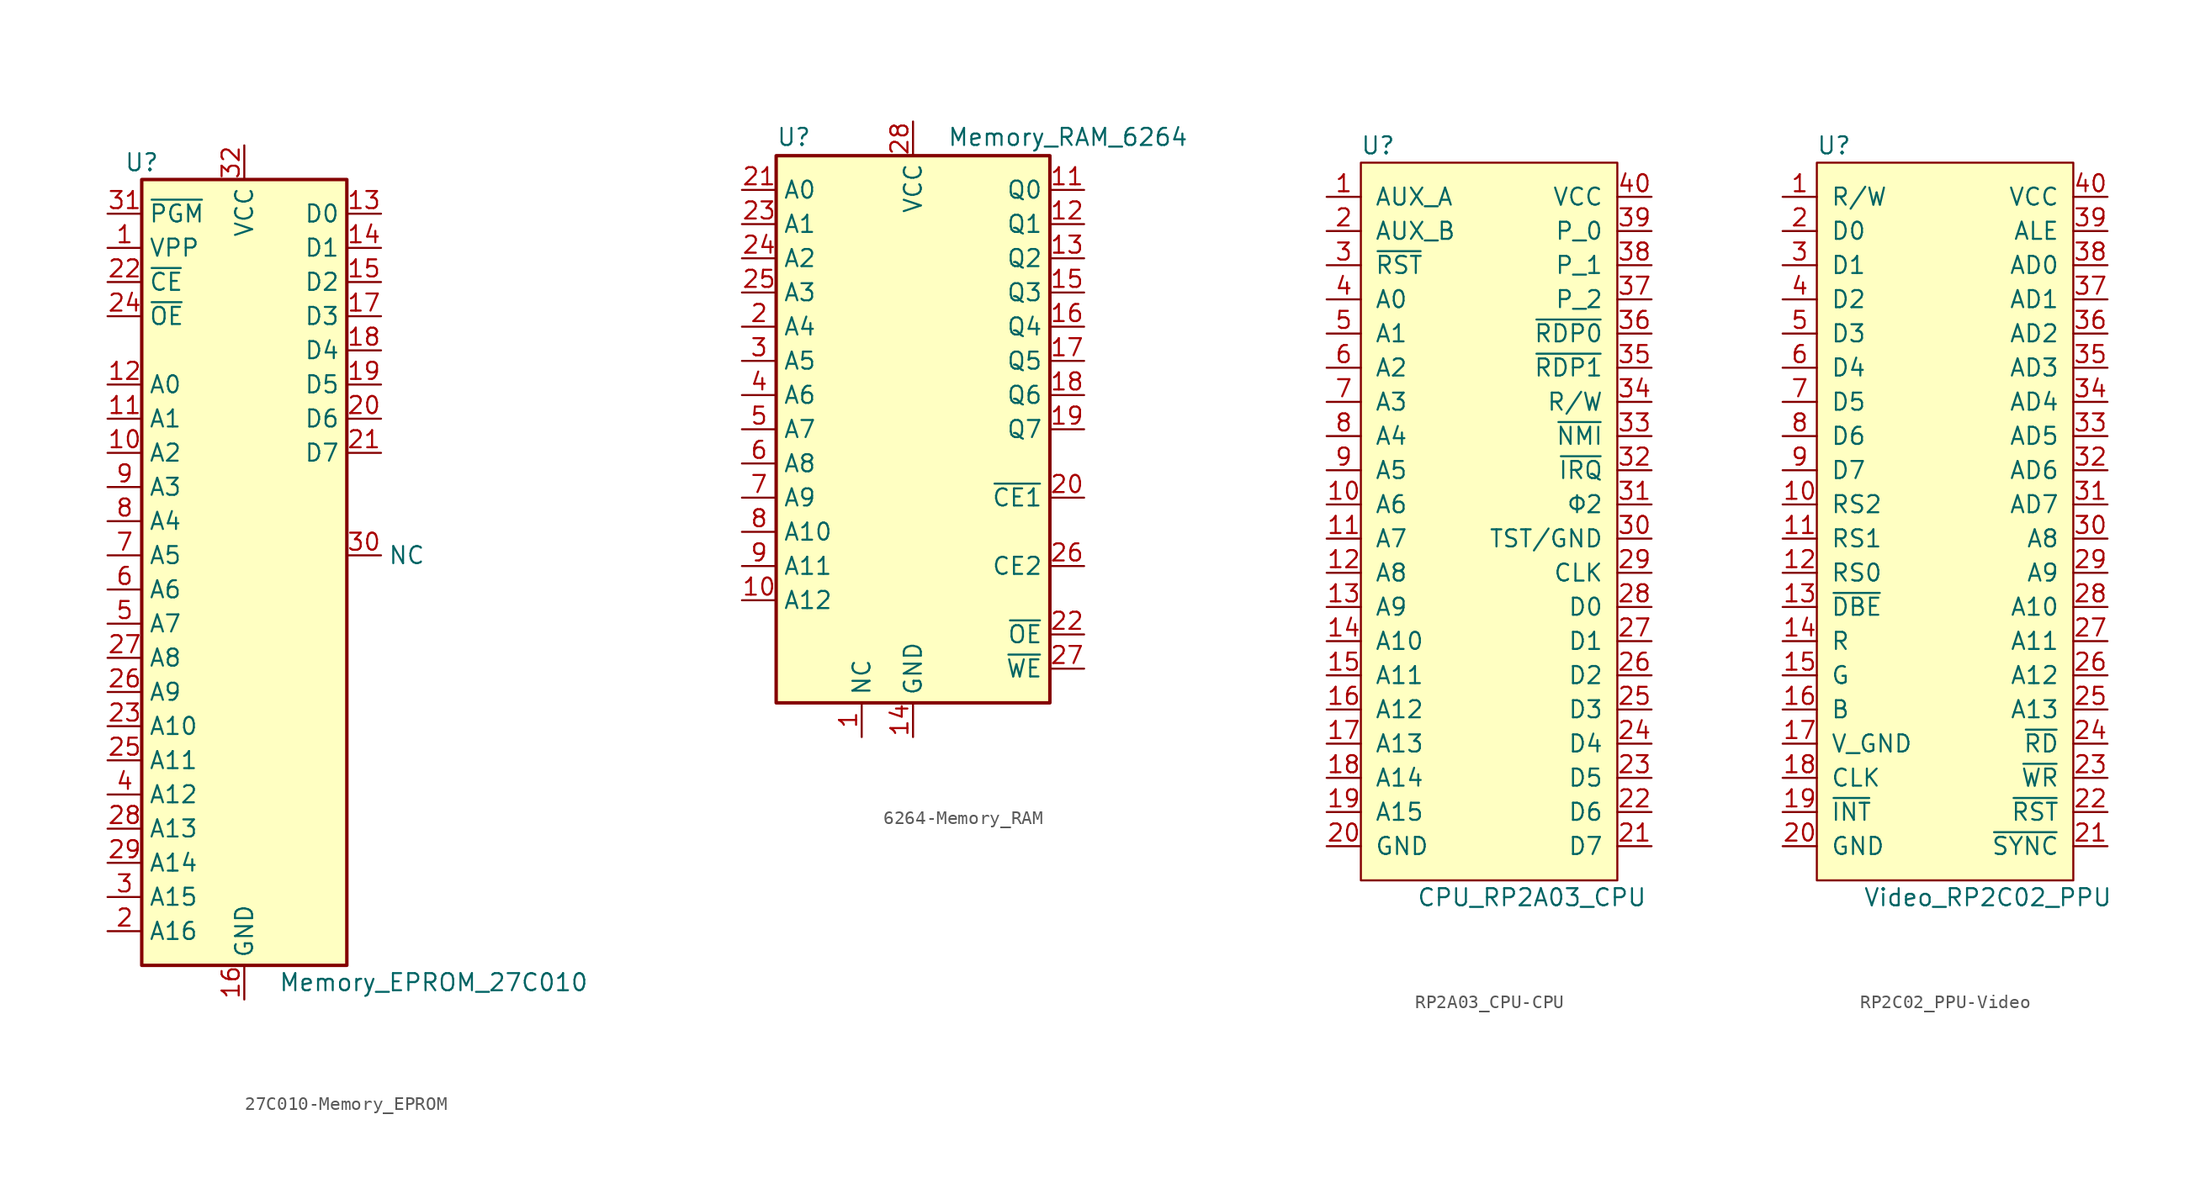
<source format=kicad_sym>
(kicad_symbol_lib
  (version 20231120)
  (generator "kicad_symbol_editor")
  (generator_version "8.0")
  (symbol "27C010-Memory_EPROM"
    (property "Reference" "U"
      (at -7.62 29.21 0)
      (effects (font (size 1.27 1.27))))
    (property "Value" "Memory_EPROM_27C010"
      (at 2.54 -31.75 0)
      (effects (font (size 1.27 1.27)) (justify left)))
    (symbol "27C010-Memory_EPROM_0_0"
      (pin input line (at 7.62 0 0) (length 2.54) (name "NC" (effects (font (size 1.27 1.27)))) (number "30" (effects (font (size 1.27 1.27))))))
    (symbol "27C010-Memory_EPROM_1_1"
      (rectangle (start -7.62 27.94) (end 7.62 -30.48) (stroke (width 0.254) (type solid)) (fill (type background)))
      (pin input line (at -10.16 22.86 0) (length 2.54) (name "VPP" (effects (font (size 1.27 1.27)))) (number "1" (effects (font (size 1.27 1.27)))))
      (pin input line (at -10.16 7.62 0) (length 2.54) (name "A2" (effects (font (size 1.27 1.27)))) (number "10" (effects (font (size 1.27 1.27)))))
      (pin input line (at -10.16 10.16 0) (length 2.54) (name "A1" (effects (font (size 1.27 1.27)))) (number "11" (effects (font (size 1.27 1.27)))))
      (pin input line (at -10.16 12.7 0) (length 2.54) (name "A0" (effects (font (size 1.27 1.27)))) (number "12" (effects (font (size 1.27 1.27)))))
      (pin tri_state line (at 10.16 25.4 180) (length 2.54) (name "D0" (effects (font (size 1.27 1.27)))) (number "13" (effects (font (size 1.27 1.27)))))
      (pin tri_state line (at 10.16 22.86 180) (length 2.54) (name "D1" (effects (font (size 1.27 1.27)))) (number "14" (effects (font (size 1.27 1.27)))))
      (pin tri_state line (at 10.16 20.32 180) (length 2.54) (name "D2" (effects (font (size 1.27 1.27)))) (number "15" (effects (font (size 1.27 1.27)))))
      (pin power_in line (at 0 -33.02 90) (length 2.54) (name "GND" (effects (font (size 1.27 1.27)))) (number "16" (effects (font (size 1.27 1.27)))))
      (pin tri_state line (at 10.16 17.78 180) (length 2.54) (name "D3" (effects (font (size 1.27 1.27)))) (number "17" (effects (font (size 1.27 1.27)))))
      (pin tri_state line (at 10.16 15.24 180) (length 2.54) (name "D4" (effects (font (size 1.27 1.27)))) (number "18" (effects (font (size 1.27 1.27)))))
      (pin tri_state line (at 10.16 12.7 180) (length 2.54) (name "D5" (effects (font (size 1.27 1.27)))) (number "19" (effects (font (size 1.27 1.27)))))
      (pin input line (at -10.16 -27.94 0) (length 2.54) (name "A16" (effects (font (size 1.27 1.27)))) (number "2" (effects (font (size 1.27 1.27)))))
      (pin tri_state line (at 10.16 10.16 180) (length 2.54) (name "D6" (effects (font (size 1.27 1.27)))) (number "20" (effects (font (size 1.27 1.27)))))
      (pin tri_state line (at 10.16 7.62 180) (length 2.54) (name "D7" (effects (font (size 1.27 1.27)))) (number "21" (effects (font (size 1.27 1.27)))))
      (pin input line (at -10.16 20.32 0) (length 2.54) (name "~{CE}" (effects (font (size 1.27 1.27)))) (number "22" (effects (font (size 1.27 1.27)))))
      (pin input line (at -10.16 -12.7 0) (length 2.54) (name "A10" (effects (font (size 1.27 1.27)))) (number "23" (effects (font (size 1.27 1.27)))))
      (pin input line (at -10.16 17.78 0) (length 2.54) (name "~{OE}" (effects (font (size 1.27 1.27)))) (number "24" (effects (font (size 1.27 1.27)))))
      (pin input line (at -10.16 -15.24 0) (length 2.54) (name "A11" (effects (font (size 1.27 1.27)))) (number "25" (effects (font (size 1.27 1.27)))))
      (pin input line (at -10.16 -10.16 0) (length 2.54) (name "A9" (effects (font (size 1.27 1.27)))) (number "26" (effects (font (size 1.27 1.27)))))
      (pin input line (at -10.16 -7.62 0) (length 2.54) (name "A8" (effects (font (size 1.27 1.27)))) (number "27" (effects (font (size 1.27 1.27)))))
      (pin input line (at -10.16 -20.32 0) (length 2.54) (name "A13" (effects (font (size 1.27 1.27)))) (number "28" (effects (font (size 1.27 1.27)))))
      (pin input line (at -10.16 -22.86 0) (length 2.54) (name "A14" (effects (font (size 1.27 1.27)))) (number "29" (effects (font (size 1.27 1.27)))))
      (pin input line (at -10.16 -25.4 0) (length 2.54) (name "A15" (effects (font (size 1.27 1.27)))) (number "3" (effects (font (size 1.27 1.27)))))
      (pin input line (at -10.16 25.4 0) (length 2.54) (name "~{PGM}" (effects (font (size 1.27 1.27)))) (number "31" (effects (font (size 1.27 1.27)))))
      (pin power_in line (at 0 30.48 270) (length 2.54) (name "VCC" (effects (font (size 1.27 1.27)))) (number "32" (effects (font (size 1.27 1.27)))))
      (pin input line (at -10.16 -17.78 0) (length 2.54) (name "A12" (effects (font (size 1.27 1.27)))) (number "4" (effects (font (size 1.27 1.27)))))
      (pin input line (at -10.16 -5.08 0) (length 2.54) (name "A7" (effects (font (size 1.27 1.27)))) (number "5" (effects (font (size 1.27 1.27)))))
      (pin input line (at -10.16 -2.54 0) (length 2.54) (name "A6" (effects (font (size 1.27 1.27)))) (number "6" (effects (font (size 1.27 1.27)))))
      (pin input line (at -10.16 0 0) (length 2.54) (name "A5" (effects (font (size 1.27 1.27)))) (number "7" (effects (font (size 1.27 1.27)))))
      (pin input line (at -10.16 2.54 0) (length 2.54) (name "A4" (effects (font (size 1.27 1.27)))) (number "8" (effects (font (size 1.27 1.27)))))
      (pin input line (at -10.16 5.08 0) (length 2.54) (name "A3" (effects (font (size 1.27 1.27)))) (number "9" (effects (font (size 1.27 1.27)))))))
  (symbol "6264-Memory_RAM"
    (property "Reference" "U"
      (at -10.16 20.955 0)
      (effects (font (size 1.27 1.27)) (justify left bottom)))
    (property "Value" "Memory_RAM_6264"
      (at 2.54 20.955 0)
      (effects (font (size 1.27 1.27)) (justify left bottom)))
    (symbol "6264-Memory_RAM_0_0"
      (pin power_in line (at 0 -22.86 90) (length 2.54) (name "GND" (effects (font (size 1.27 1.27)))) (number "14" (effects (font (size 1.27 1.27)))))
      (pin power_in line (at 0 22.86 270) (length 2.54) (name "VCC" (effects (font (size 1.27 1.27)))) (number "28" (effects (font (size 1.27 1.27))))))
    (symbol "6264-Memory_RAM_0_1"
      (rectangle (start -10.16 20.32) (end 10.16 -20.32) (stroke (width 0.254) (type solid)) (fill (type background))))
    (symbol "6264-Memory_RAM_1_1"
      (pin input line (at -3.81 -22.86 90) (length 2.54) (name "NC" (effects (font (size 1.27 1.27)))) (number "1" (effects (font (size 1.27 1.27)))))
      (pin input line (at -12.7 -12.7 0) (length 2.54) (name "A12" (effects (font (size 1.27 1.27)))) (number "10" (effects (font (size 1.27 1.27)))))
      (pin tri_state line (at 12.7 17.78 180) (length 2.54) (name "Q0" (effects (font (size 1.27 1.27)))) (number "11" (effects (font (size 1.27 1.27)))))
      (pin tri_state line (at 12.7 15.24 180) (length 2.54) (name "Q1" (effects (font (size 1.27 1.27)))) (number "12" (effects (font (size 1.27 1.27)))))
      (pin tri_state line (at 12.7 12.7 180) (length 2.54) (name "Q2" (effects (font (size 1.27 1.27)))) (number "13" (effects (font (size 1.27 1.27)))))
      (pin tri_state line (at 12.7 10.16 180) (length 2.54) (name "Q3" (effects (font (size 1.27 1.27)))) (number "15" (effects (font (size 1.27 1.27)))))
      (pin tri_state line (at 12.7 7.62 180) (length 2.54) (name "Q4" (effects (font (size 1.27 1.27)))) (number "16" (effects (font (size 1.27 1.27)))))
      (pin tri_state line (at 12.7 5.08 180) (length 2.54) (name "Q5" (effects (font (size 1.27 1.27)))) (number "17" (effects (font (size 1.27 1.27)))))
      (pin tri_state line (at 12.7 2.54 180) (length 2.54) (name "Q6" (effects (font (size 1.27 1.27)))) (number "18" (effects (font (size 1.27 1.27)))))
      (pin tri_state line (at 12.7 0 180) (length 2.54) (name "Q7" (effects (font (size 1.27 1.27)))) (number "19" (effects (font (size 1.27 1.27)))))
      (pin input line (at -12.7 7.62 0) (length 2.54) (name "A4" (effects (font (size 1.27 1.27)))) (number "2" (effects (font (size 1.27 1.27)))))
      (pin input line (at 12.7 -5.08 180) (length 2.54) (name "~{CE1}" (effects (font (size 1.27 1.27)))) (number "20" (effects (font (size 1.27 1.27)))))
      (pin input line (at -12.7 17.78 0) (length 2.54) (name "A0" (effects (font (size 1.27 1.27)))) (number "21" (effects (font (size 1.27 1.27)))))
      (pin input line (at 12.7 -15.24 180) (length 2.54) (name "~{OE}" (effects (font (size 1.27 1.27)))) (number "22" (effects (font (size 1.27 1.27)))))
      (pin input line (at -12.7 15.24 0) (length 2.54) (name "A1" (effects (font (size 1.27 1.27)))) (number "23" (effects (font (size 1.27 1.27)))))
      (pin input line (at -12.7 12.7 0) (length 2.54) (name "A2" (effects (font (size 1.27 1.27)))) (number "24" (effects (font (size 1.27 1.27)))))
      (pin input line (at -12.7 10.16 0) (length 2.54) (name "A3" (effects (font (size 1.27 1.27)))) (number "25" (effects (font (size 1.27 1.27)))))
      (pin input line (at 12.7 -10.16 180) (length 2.54) (name "CE2" (effects (font (size 1.27 1.27)))) (number "26" (effects (font (size 1.27 1.27)))))
      (pin input line (at 12.7 -17.78 180) (length 2.54) (name "~{WE}" (effects (font (size 1.27 1.27)))) (number "27" (effects (font (size 1.27 1.27)))))
      (pin input line (at -12.7 5.08 0) (length 2.54) (name "A5" (effects (font (size 1.27 1.27)))) (number "3" (effects (font (size 1.27 1.27)))))
      (pin input line (at -12.7 2.54 0) (length 2.54) (name "A6" (effects (font (size 1.27 1.27)))) (number "4" (effects (font (size 1.27 1.27)))))
      (pin input line (at -12.7 0 0) (length 2.54) (name "A7" (effects (font (size 1.27 1.27)))) (number "5" (effects (font (size 1.27 1.27)))))
      (pin input line (at -12.7 -2.54 0) (length 2.54) (name "A8" (effects (font (size 1.27 1.27)))) (number "6" (effects (font (size 1.27 1.27)))))
      (pin input line (at -12.7 -5.08 0) (length 2.54) (name "A9" (effects (font (size 1.27 1.27)))) (number "7" (effects (font (size 1.27 1.27)))))
      (pin input line (at -12.7 -7.62 0) (length 2.54) (name "A10" (effects (font (size 1.27 1.27)))) (number "8" (effects (font (size 1.27 1.27)))))
      (pin input line (at -12.7 -10.16 0) (length 2.54) (name "A11" (effects (font (size 1.27 1.27)))) (number "9" (effects (font (size 1.27 1.27)))))))
  (symbol "RP2A03_CPU-CPU"
    (pin_names
      (offset 1.016))
    (property "Reference" "U"
      (at -8.89 27.94 0)
      (effects (font (size 1.27 1.27))))
    (property "Value" "CPU_RP2A03_CPU"
      (at 2.54 -27.94 0)
      (effects (font (size 1.27 1.27))))
    (symbol "RP2A03_CPU-CPU_0_1"
      (rectangle (start -10.16 26.67) (end 8.89 -26.67) (stroke (width 0) (type solid)) (fill (type background))))
    (symbol "RP2A03_CPU-CPU_1_1"
      (pin output line (at -12.7 24.13 0) (length 2.54) (name "AUX_A" (effects (font (size 1.27 1.27)))) (number "1" (effects (font (size 1.27 1.27)))))
      (pin output line (at -12.7 1.27 0) (length 2.54) (name "A6" (effects (font (size 1.27 1.27)))) (number "10" (effects (font (size 1.27 1.27)))))
      (pin output line (at -12.7 -1.27 0) (length 2.54) (name "A7" (effects (font (size 1.27 1.27)))) (number "11" (effects (font (size 1.27 1.27)))))
      (pin output line (at -12.7 -3.81 0) (length 2.54) (name "A8" (effects (font (size 1.27 1.27)))) (number "12" (effects (font (size 1.27 1.27)))))
      (pin output line (at -12.7 -6.35 0) (length 2.54) (name "A9" (effects (font (size 1.27 1.27)))) (number "13" (effects (font (size 1.27 1.27)))))
      (pin output line (at -12.7 -8.89 0) (length 2.54) (name "A10" (effects (font (size 1.27 1.27)))) (number "14" (effects (font (size 1.27 1.27)))))
      (pin output line (at -12.7 -11.43 0) (length 2.54) (name "A11" (effects (font (size 1.27 1.27)))) (number "15" (effects (font (size 1.27 1.27)))))
      (pin output line (at -12.7 -13.97 0) (length 2.54) (name "A12" (effects (font (size 1.27 1.27)))) (number "16" (effects (font (size 1.27 1.27)))))
      (pin output line (at -12.7 -16.51 0) (length 2.54) (name "A13" (effects (font (size 1.27 1.27)))) (number "17" (effects (font (size 1.27 1.27)))))
      (pin output line (at -12.7 -19.05 0) (length 2.54) (name "A14" (effects (font (size 1.27 1.27)))) (number "18" (effects (font (size 1.27 1.27)))))
      (pin output line (at -12.7 -21.59 0) (length 2.54) (name "A15" (effects (font (size 1.27 1.27)))) (number "19" (effects (font (size 1.27 1.27)))))
      (pin output line (at -12.7 21.59 0) (length 2.54) (name "AUX_B" (effects (font (size 1.27 1.27)))) (number "2" (effects (font (size 1.27 1.27)))))
      (pin passive line (at -12.7 -24.13 0) (length 2.54) (name "GND" (effects (font (size 1.27 1.27)))) (number "20" (effects (font (size 1.27 1.27)))))
      (pin bidirectional line (at 11.43 -24.13 180) (length 2.54) (name "D7" (effects (font (size 1.27 1.27)))) (number "21" (effects (font (size 1.27 1.27)))))
      (pin bidirectional line (at 11.43 -21.59 180) (length 2.54) (name "D6" (effects (font (size 1.27 1.27)))) (number "22" (effects (font (size 1.27 1.27)))))
      (pin bidirectional line (at 11.43 -19.05 180) (length 2.54) (name "D5" (effects (font (size 1.27 1.27)))) (number "23" (effects (font (size 1.27 1.27)))))
      (pin bidirectional line (at 11.43 -16.51 180) (length 2.54) (name "D4" (effects (font (size 1.27 1.27)))) (number "24" (effects (font (size 1.27 1.27)))))
      (pin bidirectional line (at 11.43 -13.97 180) (length 2.54) (name "D3" (effects (font (size 1.27 1.27)))) (number "25" (effects (font (size 1.27 1.27)))))
      (pin bidirectional line (at 11.43 -11.43 180) (length 2.54) (name "D2" (effects (font (size 1.27 1.27)))) (number "26" (effects (font (size 1.27 1.27)))))
      (pin bidirectional line (at 11.43 -8.89 180) (length 2.54) (name "D1" (effects (font (size 1.27 1.27)))) (number "27" (effects (font (size 1.27 1.27)))))
      (pin bidirectional line (at 11.43 -6.35 180) (length 2.54) (name "D0" (effects (font (size 1.27 1.27)))) (number "28" (effects (font (size 1.27 1.27)))))
      (pin input line (at 11.43 -3.81 180) (length 2.54) (name "CLK" (effects (font (size 1.27 1.27)))) (number "29" (effects (font (size 1.27 1.27)))))
      (pin input line (at -12.7 19.05 0) (length 2.54) (name "~{RST}" (effects (font (size 1.27 1.27)))) (number "3" (effects (font (size 1.27 1.27)))))
      (pin input line (at 11.43 -1.27 180) (length 2.54) (name "TST/GND" (effects (font (size 1.27 1.27)))) (number "30" (effects (font (size 1.27 1.27)))))
      (pin output line (at 11.43 1.27 180) (length 2.54) (name "Φ2" (effects (font (size 1.27 1.27)))) (number "31" (effects (font (size 1.27 1.27)))))
      (pin input line (at 11.43 3.81 180) (length 2.54) (name "~{IRQ}" (effects (font (size 1.27 1.27)))) (number "32" (effects (font (size 1.27 1.27)))))
      (pin input line (at 11.43 6.35 180) (length 2.54) (name "~{NMI}" (effects (font (size 1.27 1.27)))) (number "33" (effects (font (size 1.27 1.27)))))
      (pin output line (at 11.43 8.89 180) (length 2.54) (name "R/W" (effects (font (size 1.27 1.27)))) (number "34" (effects (font (size 1.27 1.27)))))
      (pin output line (at 11.43 11.43 180) (length 2.54) (name "~{RDP1}" (effects (font (size 1.27 1.27)))) (number "35" (effects (font (size 1.27 1.27)))))
      (pin output line (at 11.43 13.97 180) (length 2.54) (name "~{RDP0}" (effects (font (size 1.27 1.27)))) (number "36" (effects (font (size 1.27 1.27)))))
      (pin output line (at 11.43 16.51 180) (length 2.54) (name "P_2" (effects (font (size 1.27 1.27)))) (number "37" (effects (font (size 1.27 1.27)))))
      (pin output line (at 11.43 19.05 180) (length 2.54) (name "P_1" (effects (font (size 1.27 1.27)))) (number "38" (effects (font (size 1.27 1.27)))))
      (pin output line (at 11.43 21.59 180) (length 2.54) (name "P_0" (effects (font (size 1.27 1.27)))) (number "39" (effects (font (size 1.27 1.27)))))
      (pin output line (at -12.7 16.51 0) (length 2.54) (name "A0" (effects (font (size 1.27 1.27)))) (number "4" (effects (font (size 1.27 1.27)))))
      (pin passive line (at 11.43 24.13 180) (length 2.54) (name "VCC" (effects (font (size 1.27 1.27)))) (number "40" (effects (font (size 1.27 1.27)))))
      (pin output line (at -12.7 13.97 0) (length 2.54) (name "A1" (effects (font (size 1.27 1.27)))) (number "5" (effects (font (size 1.27 1.27)))))
      (pin output line (at -12.7 11.43 0) (length 2.54) (name "A2" (effects (font (size 1.27 1.27)))) (number "6" (effects (font (size 1.27 1.27)))))
      (pin output line (at -12.7 8.89 0) (length 2.54) (name "A3" (effects (font (size 1.27 1.27)))) (number "7" (effects (font (size 1.27 1.27)))))
      (pin output line (at -12.7 6.35 0) (length 2.54) (name "A4" (effects (font (size 1.27 1.27)))) (number "8" (effects (font (size 1.27 1.27)))))
      (pin output line (at -12.7 3.81 0) (length 2.54) (name "A5" (effects (font (size 1.27 1.27)))) (number "9" (effects (font (size 1.27 1.27)))))))
  (symbol "RP2C02_PPU-Video"
    (pin_names
      (offset 1.016))
    (property "Reference" "U"
      (at -8.89 27.94 0)
      (effects (font (size 1.27 1.27))))
    (property "Value" "Video_RP2C02_PPU"
      (at 2.54 -27.94 0)
      (effects (font (size 1.27 1.27))))
    (symbol "RP2C02_PPU-Video_0_1"
      (rectangle (start 8.89 26.67) (end -10.16 -26.67) (stroke (width 0) (type solid)) (fill (type background))))
    (symbol "RP2C02_PPU-Video_1_1"
      (pin input line (at -12.7 24.13 0) (length 2.54) (name "R/W" (effects (font (size 1.27 1.27)))) (number "1" (effects (font (size 1.27 1.27)))))
      (pin input line (at -12.7 1.27 0) (length 2.54) (name "RS2" (effects (font (size 1.27 1.27)))) (number "10" (effects (font (size 1.27 1.27)))))
      (pin input line (at -12.7 -1.27 0) (length 2.54) (name "RS1" (effects (font (size 1.27 1.27)))) (number "11" (effects (font (size 1.27 1.27)))))
      (pin input line (at -12.7 -3.81 0) (length 2.54) (name "RS0" (effects (font (size 1.27 1.27)))) (number "12" (effects (font (size 1.27 1.27)))))
      (pin input line (at -12.7 -6.35 0) (length 2.54) (name "~{DBE}" (effects (font (size 1.27 1.27)))) (number "13" (effects (font (size 1.27 1.27)))))
      (pin output line (at -12.7 -8.89 0) (length 2.54) (name "R" (effects (font (size 1.27 1.27)))) (number "14" (effects (font (size 1.27 1.27)))))
      (pin output line (at -12.7 -11.43 0) (length 2.54) (name "G" (effects (font (size 1.27 1.27)))) (number "15" (effects (font (size 1.27 1.27)))))
      (pin output line (at -12.7 -13.97 0) (length 2.54) (name "B" (effects (font (size 1.27 1.27)))) (number "16" (effects (font (size 1.27 1.27)))))
      (pin passive line (at -12.7 -16.51 0) (length 2.54) (name "V_GND" (effects (font (size 1.27 1.27)))) (number "17" (effects (font (size 1.27 1.27)))))
      (pin input line (at -12.7 -19.05 0) (length 2.54) (name "CLK" (effects (font (size 1.27 1.27)))) (number "18" (effects (font (size 1.27 1.27)))))
      (pin output line (at -12.7 -21.59 0) (length 2.54) (name "~{INT}" (effects (font (size 1.27 1.27)))) (number "19" (effects (font (size 1.27 1.27)))))
      (pin bidirectional line (at -12.7 21.59 0) (length 2.54) (name "D0" (effects (font (size 1.27 1.27)))) (number "2" (effects (font (size 1.27 1.27)))))
      (pin passive line (at -12.7 -24.13 0) (length 2.54) (name "GND" (effects (font (size 1.27 1.27)))) (number "20" (effects (font (size 1.27 1.27)))))
      (pin output line (at 11.43 -24.13 180) (length 2.54) (name "~{SYNC}" (effects (font (size 1.27 1.27)))) (number "21" (effects (font (size 1.27 1.27)))))
      (pin input line (at 11.43 -21.59 180) (length 2.54) (name "~{RST}" (effects (font (size 1.27 1.27)))) (number "22" (effects (font (size 1.27 1.27)))))
      (pin output line (at 11.43 -19.05 180) (length 2.54) (name "~{WR}" (effects (font (size 1.27 1.27)))) (number "23" (effects (font (size 1.27 1.27)))))
      (pin input line (at 11.43 -16.51 180) (length 2.54) (name "~{RD}" (effects (font (size 1.27 1.27)))) (number "24" (effects (font (size 1.27 1.27)))))
      (pin output line (at 11.43 -13.97 180) (length 2.54) (name "A13" (effects (font (size 1.27 1.27)))) (number "25" (effects (font (size 1.27 1.27)))))
      (pin output line (at 11.43 -11.43 180) (length 2.54) (name "A12" (effects (font (size 1.27 1.27)))) (number "26" (effects (font (size 1.27 1.27)))))
      (pin output line (at 11.43 -8.89 180) (length 2.54) (name "A11" (effects (font (size 1.27 1.27)))) (number "27" (effects (font (size 1.27 1.27)))))
      (pin output line (at 11.43 -6.35 180) (length 2.54) (name "A10" (effects (font (size 1.27 1.27)))) (number "28" (effects (font (size 1.27 1.27)))))
      (pin output line (at 11.43 -3.81 180) (length 2.54) (name "A9" (effects (font (size 1.27 1.27)))) (number "29" (effects (font (size 1.27 1.27)))))
      (pin bidirectional line (at -12.7 19.05 0) (length 2.54) (name "D1" (effects (font (size 1.27 1.27)))) (number "3" (effects (font (size 1.27 1.27)))))
      (pin output line (at 11.43 -1.27 180) (length 2.54) (name "A8" (effects (font (size 1.27 1.27)))) (number "30" (effects (font (size 1.27 1.27)))))
      (pin bidirectional line (at 11.43 1.27 180) (length 2.54) (name "AD7" (effects (font (size 1.27 1.27)))) (number "31" (effects (font (size 1.27 1.27)))))
      (pin bidirectional line (at 11.43 3.81 180) (length 2.54) (name "AD6" (effects (font (size 1.27 1.27)))) (number "32" (effects (font (size 1.27 1.27)))))
      (pin bidirectional line (at 11.43 6.35 180) (length 2.54) (name "AD5" (effects (font (size 1.27 1.27)))) (number "33" (effects (font (size 1.27 1.27)))))
      (pin bidirectional line (at 11.43 8.89 180) (length 2.54) (name "AD4" (effects (font (size 1.27 1.27)))) (number "34" (effects (font (size 1.27 1.27)))))
      (pin bidirectional line (at 11.43 11.43 180) (length 2.54) (name "AD3" (effects (font (size 1.27 1.27)))) (number "35" (effects (font (size 1.27 1.27)))))
      (pin bidirectional line (at 11.43 13.97 180) (length 2.54) (name "AD2" (effects (font (size 1.27 1.27)))) (number "36" (effects (font (size 1.27 1.27)))))
      (pin bidirectional line (at 11.43 16.51 180) (length 2.54) (name "AD1" (effects (font (size 1.27 1.27)))) (number "37" (effects (font (size 1.27 1.27)))))
      (pin bidirectional line (at 11.43 19.05 180) (length 2.54) (name "AD0" (effects (font (size 1.27 1.27)))) (number "38" (effects (font (size 1.27 1.27)))))
      (pin output line (at 11.43 21.59 180) (length 2.54) (name "ALE" (effects (font (size 1.27 1.27)))) (number "39" (effects (font (size 1.27 1.27)))))
      (pin bidirectional line (at -12.7 16.51 0) (length 2.54) (name "D2" (effects (font (size 1.27 1.27)))) (number "4" (effects (font (size 1.27 1.27)))))
      (pin passive line (at 11.43 24.13 180) (length 2.54) (name "VCC" (effects (font (size 1.27 1.27)))) (number "40" (effects (font (size 1.27 1.27)))))
      (pin bidirectional line (at -12.7 13.97 0) (length 2.54) (name "D3" (effects (font (size 1.27 1.27)))) (number "5" (effects (font (size 1.27 1.27)))))
      (pin bidirectional line (at -12.7 11.43 0) (length 2.54) (name "D4" (effects (font (size 1.27 1.27)))) (number "6" (effects (font (size 1.27 1.27)))))
      (pin bidirectional line (at -12.7 8.89 0) (length 2.54) (name "D5" (effects (font (size 1.27 1.27)))) (number "7" (effects (font (size 1.27 1.27)))))
      (pin bidirectional line (at -12.7 6.35 0) (length 2.54) (name "D6" (effects (font (size 1.27 1.27)))) (number "8" (effects (font (size 1.27 1.27)))))
      (pin bidirectional line (at -12.7 3.81 0) (length 2.54) (name "D7" (effects (font (size 1.27 1.27)))) (number "9" (effects (font (size 1.27 1.27))))))))
</source>
